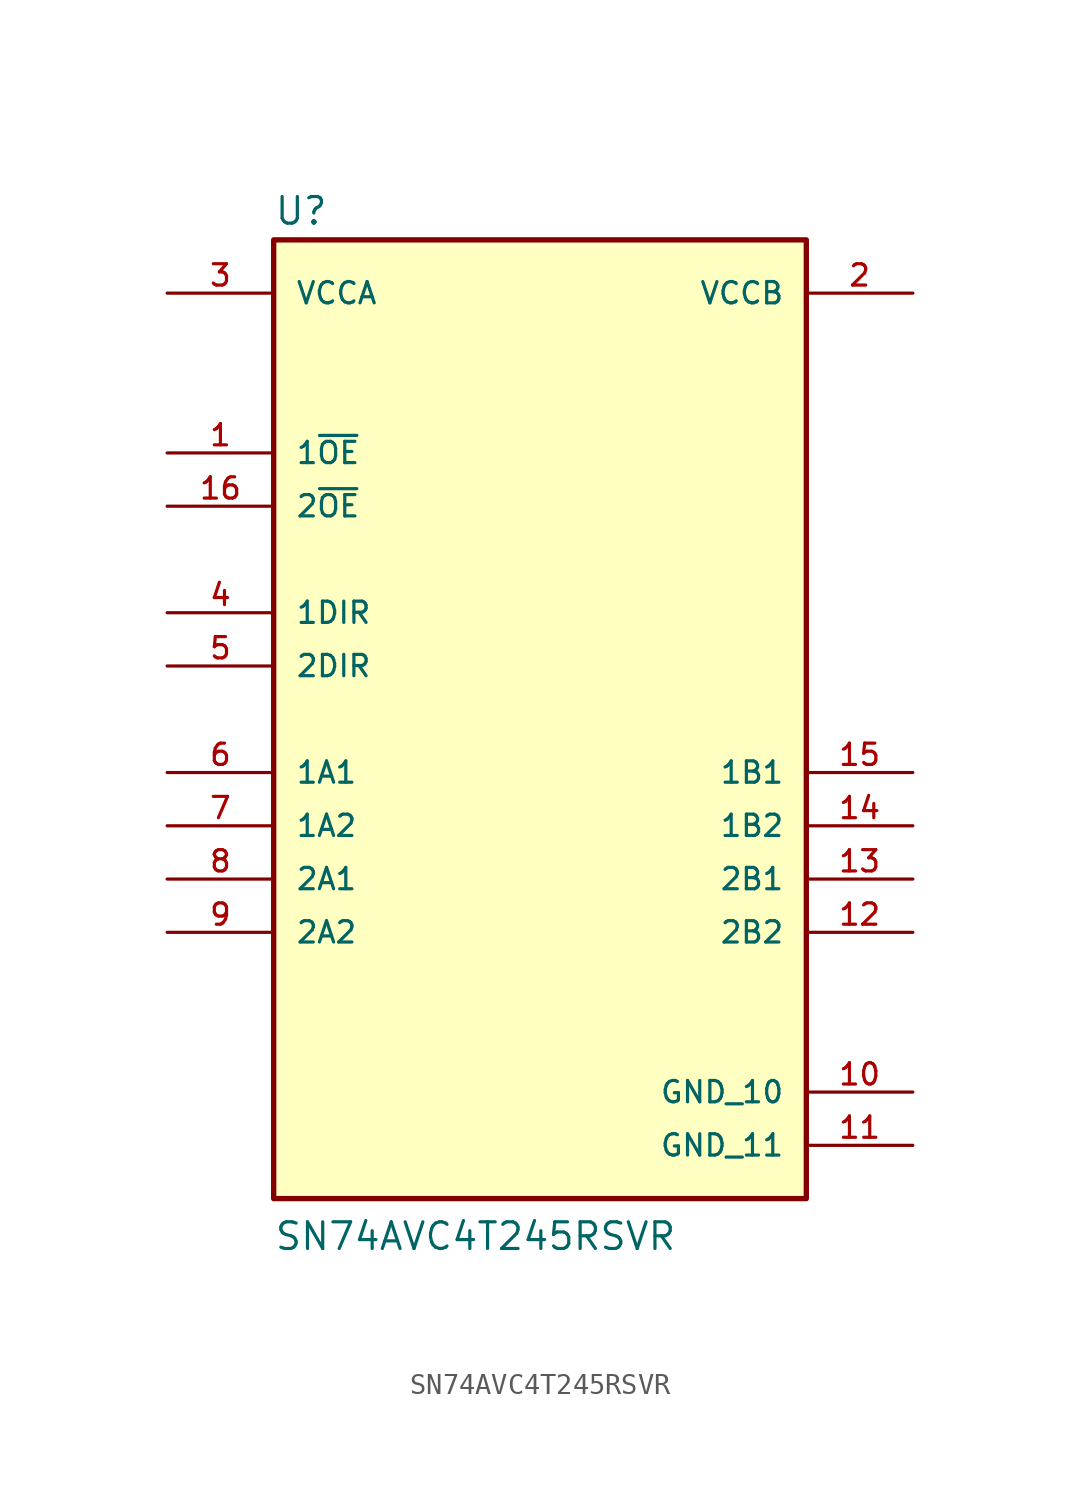
<source format=kicad_sym>
(kicad_symbol_lib
  (version 20211014)
  (generator kicad_symbol_editor)
  (symbol "SN74AVC4T245RSVR"
    (pin_names
      (offset 1.016))
    (property "Reference" "U"
      (at -12.7 23.495 0)
      (effects (font (size 1.27 1.27)) (justify bottom left)))
    (property "Value" "SN74AVC4T245RSVR"
      (at -12.7 -25.4 0)
      (effects (font (size 1.27 1.27)) (justify bottom left)))
    (symbol "SN74AVC4T245RSVR_0_0"
      (rectangle (start -12.7 -22.86) (end 12.7 22.86) (stroke (width 0.254)) (fill (type background)))
      (pin input line (at -17.78 12.7 0) (length 5.08) (name "1~{OE}" (effects (font (size 1.016 1.016)))) (number "1" (effects (font (size 1.016 1.016)))))
      (pin power_in line (at 17.78 20.32 180.0) (length 5.08) (name "VCCB" (effects (font (size 1.016 1.016)))) (number "2" (effects (font (size 1.016 1.016)))))
      (pin power_in line (at -17.78 20.32 0) (length 5.08) (name "VCCA" (effects (font (size 1.016 1.016)))) (number "3" (effects (font (size 1.016 1.016)))))
      (pin input line (at -17.78 5.08 0) (length 5.08) (name "1DIR" (effects (font (size 1.016 1.016)))) (number "4" (effects (font (size 1.016 1.016)))))
      (pin input line (at -17.78 2.54 0) (length 5.08) (name "2DIR" (effects (font (size 1.016 1.016)))) (number "5" (effects (font (size 1.016 1.016)))))
      (pin bidirectional line (at -17.78 -2.54 0) (length 5.08) (name "1A1" (effects (font (size 1.016 1.016)))) (number "6" (effects (font (size 1.016 1.016)))))
      (pin bidirectional line (at -17.78 -5.08 0) (length 5.08) (name "1A2" (effects (font (size 1.016 1.016)))) (number "7" (effects (font (size 1.016 1.016)))))
      (pin bidirectional line (at -17.78 -7.62 0) (length 5.08) (name "2A1" (effects (font (size 1.016 1.016)))) (number "8" (effects (font (size 1.016 1.016)))))
      (pin bidirectional line (at -17.78 -10.16 0) (length 5.08) (name "2A2" (effects (font (size 1.016 1.016)))) (number "9" (effects (font (size 1.016 1.016)))))
      (pin power_in line (at 17.78 -17.78 180.0) (length 5.08) (name "GND_10" (effects (font (size 1.016 1.016)))) (number "10" (effects (font (size 1.016 1.016)))))
      (pin bidirectional line (at 17.78 -10.16 180.0) (length 5.08) (name "2B2" (effects (font (size 1.016 1.016)))) (number "12" (effects (font (size 1.016 1.016)))))
      (pin bidirectional line (at 17.78 -7.62 180.0) (length 5.08) (name "2B1" (effects (font (size 1.016 1.016)))) (number "13" (effects (font (size 1.016 1.016)))))
      (pin bidirectional line (at 17.78 -5.08 180.0) (length 5.08) (name "1B2" (effects (font (size 1.016 1.016)))) (number "14" (effects (font (size 1.016 1.016)))))
      (pin bidirectional line (at 17.78 -2.54 180.0) (length 5.08) (name "1B1" (effects (font (size 1.016 1.016)))) (number "15" (effects (font (size 1.016 1.016)))))
      (pin input line (at -17.78 10.16 0) (length 5.08) (name "2~{OE}" (effects (font (size 1.016 1.016)))) (number "16" (effects (font (size 1.016 1.016)))))
      (pin power_in line (at 17.78 -20.32 180.0) (length 5.08) (name "GND_11" (effects (font (size 1.016 1.016)))) (number "11" (effects (font (size 1.016 1.016))))))))
</source>
